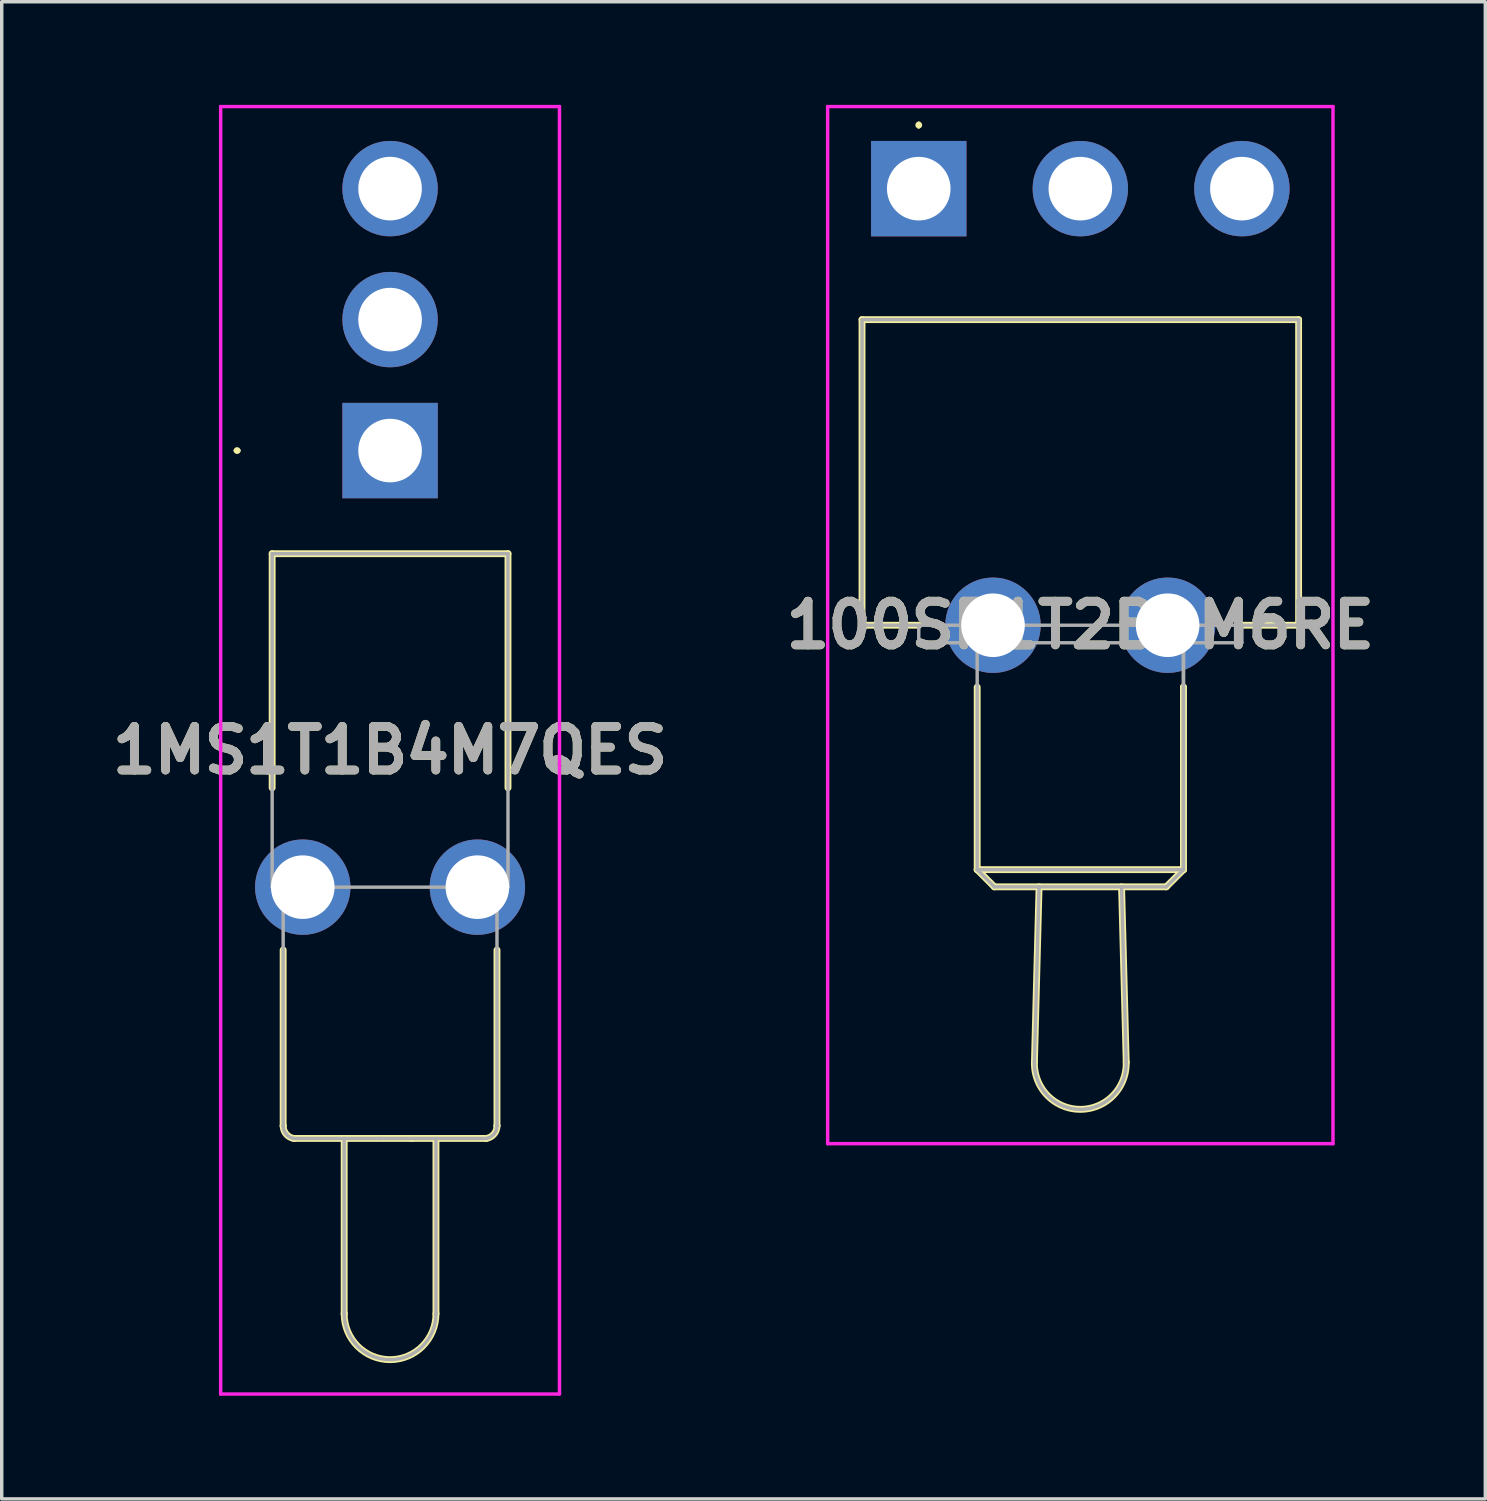
<source format=kicad_pcb>
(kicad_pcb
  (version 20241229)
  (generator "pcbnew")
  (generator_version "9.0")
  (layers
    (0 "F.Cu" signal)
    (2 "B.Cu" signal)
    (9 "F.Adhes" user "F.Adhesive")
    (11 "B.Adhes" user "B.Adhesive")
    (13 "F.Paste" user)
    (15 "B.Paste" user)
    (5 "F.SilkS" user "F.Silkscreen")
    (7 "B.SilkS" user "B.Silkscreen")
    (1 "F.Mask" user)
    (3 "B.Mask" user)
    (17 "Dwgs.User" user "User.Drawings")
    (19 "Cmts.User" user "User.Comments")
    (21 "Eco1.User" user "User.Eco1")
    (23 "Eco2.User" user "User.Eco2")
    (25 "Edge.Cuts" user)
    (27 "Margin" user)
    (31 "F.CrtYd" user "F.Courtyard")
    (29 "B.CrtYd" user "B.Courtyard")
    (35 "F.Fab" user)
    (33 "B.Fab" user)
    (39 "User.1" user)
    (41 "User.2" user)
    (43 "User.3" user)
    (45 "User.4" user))
  (footprint "1MS1T1B4M7QES"
    (layer "F.Cu")
    (at 8.297 10.057)
    (property "Reference" "1MS1T1B4M7QES" (at 0 8.719 0) (layer "F.SilkS") (effects (font (size 1.27 1.27) (thickness 0.254))))
    (attr through_hole)
    (fp_line (start -4.5 0) (end -4.5 0) (stroke (width 0.1) (type solid)) (layer "F.SilkS"))
    (fp_line (start -4.4 0) (end -4.4 0) (stroke (width 0.1) (type solid)) (layer "F.SilkS"))
    (fp_line (start -3.43 3) (end 3.43 3) (stroke (width 0.2) (type solid)) (layer "F.SilkS"))
    (fp_line (start -3.43 9.81) (end -3.43 3) (stroke (width 0.2) (type solid)) (layer "F.SilkS"))
    (fp_line (start -3.11 14.527) (end -3.11 19.644) (stroke (width 0.2) (type solid)) (layer "F.SilkS"))
    (fp_line (start -3.11 19.644) (end -3.11 19.644) (stroke (width 0.2) (type solid)) (layer "F.SilkS"))
    (fp_line (start -2.799 20.01) (end 0.622 20.01) (stroke (width 0.2) (type solid)) (layer "F.SilkS"))
    (fp_line (start -1.335 20.01) (end -1.335 25.11) (stroke (width 0.2) (type solid)) (layer "F.SilkS"))
    (fp_line (start -1.335 25.11) (end -1.335 25.11) (stroke (width 0.2) (type solid)) (layer "F.SilkS"))
    (fp_line (start 1.335 25.11) (end 1.335 20.01) (stroke (width 0.2) (type solid)) (layer "F.SilkS"))
    (fp_line (start 2.799 20.01) (end 0.622 20.01) (stroke (width 0.2) (type solid)) (layer "F.SilkS"))
    (fp_line (start 3.11 14.527) (end 3.11 19.644) (stroke (width 0.2) (type solid)) (layer "F.SilkS"))
    (fp_line (start 3.11 19.644) (end 3.11 19.644) (stroke (width 0.2) (type solid)) (layer "F.SilkS"))
    (fp_line (start 3.43 3) (end 3.43 9.81) (stroke (width 0.2) (type solid)) (layer "F.SilkS"))
    (fp_arc (start -4.5 0) (mid -4.45 -0.05) (end -4.4 0) (stroke (width 0.1) (type solid)) (layer "F.SilkS"))
    (fp_arc (start -4.4 0) (mid -4.45 0.05) (end -4.5 0) (stroke (width 0.1) (type solid)) (layer "F.SilkS"))
    (fp_arc (start -2.79923 20.010154) (mid -3.021974 19.884247) (end -3.11 19.644) (stroke (width 0.2) (type solid)) (layer "F.SilkS"))
    (fp_arc (start 1.335 25.11) (mid 0 26.445) (end -1.335 25.11) (stroke (width 0.2) (type solid)) (layer "F.SilkS"))
    (fp_arc (start 3.11 19.644) (mid 3.021974 19.884247) (end 2.79923 20.010154) (stroke (width 0.2) (type solid)) (layer "F.SilkS"))
    (fp_line (start -4.928 -10.007) (end 4.928 -10.007) (stroke (width 0.1) (type solid)) (layer "F.CrtYd"))
    (fp_line (start -4.928 27.445) (end -4.928 -10.007) (stroke (width 0.1) (type solid)) (layer "F.CrtYd"))
    (fp_line (start 4.928 -10.007) (end 4.928 27.445) (stroke (width 0.1) (type solid)) (layer "F.CrtYd"))
    (fp_line (start 4.928 27.445) (end -4.928 27.445) (stroke (width 0.1) (type solid)) (layer "F.CrtYd"))
    (fp_line (start -3.43 3) (end 3.43 3) (stroke (width 0.1) (type solid)) (layer "F.Fab"))
    (fp_line (start -3.43 12.7) (end -3.43 3) (stroke (width 0.1) (type solid)) (layer "F.Fab"))
    (fp_line (start -3.11 12.7) (end -3.11 19.644) (stroke (width 0.1) (type solid)) (layer "F.Fab"))
    (fp_line (start -3.11 19.644) (end -3.11 19.644) (stroke (width 0.1) (type solid)) (layer "F.Fab"))
    (fp_line (start -2.799 20.01) (end -0.311 20.01) (stroke (width 0.1) (type solid)) (layer "F.Fab"))
    (fp_line (start -1.335 25.11) (end -1.335 20.01) (stroke (width 0.1) (type solid)) (layer "F.Fab"))
    (fp_line (start 1.335 20.01) (end 1.335 25.11) (stroke (width 0.1) (type solid)) (layer "F.Fab"))
    (fp_line (start 1.335 25.11) (end 1.335 25.11) (stroke (width 0.1) (type solid)) (layer "F.Fab"))
    (fp_line (start 2.799 20.01) (end -0.311 20.01) (stroke (width 0.1) (type solid)) (layer "F.Fab"))
    (fp_line (start 3.11 12.7) (end 3.11 19.644) (stroke (width 0.1) (type solid)) (layer "F.Fab"))
    (fp_line (start 3.11 19.644) (end 3.11 19.644) (stroke (width 0.1) (type solid)) (layer "F.Fab"))
    (fp_line (start 3.43 3) (end 3.43 12.7) (stroke (width 0.1) (type solid)) (layer "F.Fab"))
    (fp_line (start 3.43 12.7) (end -3.43 12.7) (stroke (width 0.1) (type solid)) (layer "F.Fab"))
    (fp_arc (start -2.79923 20.010154) (mid -3.021974 19.884247) (end -3.11 19.644) (stroke (width 0.1) (type solid)) (layer "F.Fab"))
    (fp_arc (start 1.335 25.11) (mid 0 26.445) (end -1.335 25.11) (stroke (width 0.1) (type solid)) (layer "F.Fab"))
    (fp_arc (start 3.11 19.644) (mid 3.021974 19.884247) (end 2.79923 20.010154) (stroke (width 0.1) (type solid)) (layer "F.Fab"))
    (fp_text user "${REFERENCE}" (at 0 8.719 0) (layer "F.Fab") (effects (font (size 1.27 1.27) (thickness 0.254))))
    (pad "1" thru_hole rect (at 0 0) (size 2.775 2.775) (drill 1.85) (layers "*.Cu" "*.Mask"))
    (pad "2" thru_hole circle (at 0 -3.81) (size 2.775 2.775) (drill 1.85) (layers "*.Cu" "*.Mask"))
    (pad "3" thru_hole circle (at 0 -7.62) (size 2.775 2.775) (drill 1.85) (layers "*.Cu" "*.Mask"))
    (pad "MH1" thru_hole circle (at 2.54 12.7) (size 2.775 2.775) (drill 1.85) (layers "*.Cu" "*.Mask"))
    (pad "MH2" thru_hole circle (at -2.54 12.7) (size 2.775 2.775) (drill 1.85) (layers "*.Cu" "*.Mask")))
  (footprint "100SP1T2B4M6RE"
    (layer "F.Cu")
    (at 28.376 2.438)
    (property "Reference" "100SP1T2B4M6RE" (at 0 12.697 0) (layer "F.SilkS") (effects (font (size 1.27 1.27) (thickness 0.254))))
    (attr through_hole)
    (fp_line (start -6.35 3.81) (end -6.35 12.7) (stroke (width 0.2) (type solid)) (layer "F.SilkS"))
    (fp_line (start -6.35 12.7) (end -4.7 12.7) (stroke (width 0.2) (type solid)) (layer "F.SilkS"))
    (fp_line (start -4.7 -1.9) (end -4.7 -1.9) (stroke (width 0.1) (type solid)) (layer "F.SilkS"))
    (fp_line (start -4.7 -1.8) (end -4.7 -1.8) (stroke (width 0.1) (type solid)) (layer "F.SilkS"))
    (fp_line (start -3 14.5) (end -3 19.81) (stroke (width 0.2) (type solid)) (layer "F.SilkS"))
    (fp_line (start -3 19.81) (end 3 19.81) (stroke (width 0.2) (type solid)) (layer "F.SilkS"))
    (fp_line (start -2.5 20.31) (end -3 19.81) (stroke (width 0.2) (type solid)) (layer "F.SilkS"))
    (fp_line (start -1.335 25.41) (end -1.335 25.41) (stroke (width 0.2) (type solid)) (layer "F.SilkS"))
    (fp_line (start -1.2 20.31) (end -1.335 25.41) (stroke (width 0.2) (type solid)) (layer "F.SilkS"))
    (fp_line (start 1.335 25.41) (end 1.2 20.31) (stroke (width 0.2) (type solid)) (layer "F.SilkS"))
    (fp_line (start 2.5 20.31) (end -2.5 20.31) (stroke (width 0.2) (type solid)) (layer "F.SilkS"))
    (fp_line (start 3 14.5) (end 3 19.81) (stroke (width 0.2) (type solid)) (layer "F.SilkS"))
    (fp_line (start 3 19.81) (end 2.5 20.31) (stroke (width 0.2) (type solid)) (layer "F.SilkS"))
    (fp_line (start 3 19.81) (end 3 14.5) (stroke (width 0.2) (type solid)) (layer "F.SilkS"))
    (fp_line (start 4.7 12.7) (end 6.35 12.7) (stroke (width 0.2) (type solid)) (layer "F.SilkS"))
    (fp_line (start 6.35 3.81) (end -6.35 3.81) (stroke (width 0.2) (type solid)) (layer "F.SilkS"))
    (fp_line (start 6.35 12.7) (end 6.35 3.81) (stroke (width 0.2) (type solid)) (layer "F.SilkS"))
    (fp_arc (start -4.7 -1.9) (mid -4.65 -1.85) (end -4.7 -1.8) (stroke (width 0.1) (type solid)) (layer "F.SilkS"))
    (fp_arc (start -4.7 -1.8) (mid -4.75 -1.85) (end -4.7 -1.9) (stroke (width 0.1) (type solid)) (layer "F.SilkS"))
    (fp_arc (start 1.335028 25.411083) (mid -0.000542 26.780971) (end -1.335 25.41) (stroke (width 0.2) (type solid)) (layer "F.SilkS"))
    (fp_line (start -7.35 -2.388) (end 7.35 -2.388) (stroke (width 0.1) (type solid)) (layer "F.CrtYd"))
    (fp_line (start -7.35 27.781) (end -7.35 -2.388) (stroke (width 0.1) (type solid)) (layer "F.CrtYd"))
    (fp_line (start 7.35 -2.388) (end 7.35 27.781) (stroke (width 0.1) (type solid)) (layer "F.CrtYd"))
    (fp_line (start 7.35 27.781) (end -7.35 27.781) (stroke (width 0.1) (type solid)) (layer "F.CrtYd"))
    (fp_line (start -6.35 3.81) (end 6.35 3.81) (stroke (width 0.1) (type solid)) (layer "F.Fab"))
    (fp_line (start -6.35 12.7) (end -6.35 3.81) (stroke (width 0.1) (type solid)) (layer "F.Fab"))
    (fp_line (start -4.7 12.7) (end -4.7 13.21) (stroke (width 0.1) (type solid)) (layer "F.Fab"))
    (fp_line (start -4.7 13.21) (end 4.7 13.21) (stroke (width 0.1) (type solid)) (layer "F.Fab"))
    (fp_line (start -3 13.21) (end -3 19.81) (stroke (width 0.1) (type solid)) (layer "F.Fab"))
    (fp_line (start -3 19.81) (end 3 19.81) (stroke (width 0.1) (type solid)) (layer "F.Fab"))
    (fp_line (start -2.5 20.31) (end -3 19.81) (stroke (width 0.1) (type solid)) (layer "F.Fab"))
    (fp_line (start -1.335 25.41) (end -1.335 25.41) (stroke (width 0.1) (type solid)) (layer "F.Fab"))
    (fp_line (start -1.2 20.31) (end -1.335 25.41) (stroke (width 0.1) (type solid)) (layer "F.Fab"))
    (fp_line (start 1.335 25.41) (end 1.2 20.31) (stroke (width 0.1) (type solid)) (layer "F.Fab"))
    (fp_line (start 2.5 20.31) (end -2.5 20.31) (stroke (width 0.1) (type solid)) (layer "F.Fab"))
    (fp_line (start 3 13.21) (end 3 19.81) (stroke (width 0.1) (type solid)) (layer "F.Fab"))
    (fp_line (start 3 19.81) (end 2.5 20.31) (stroke (width 0.1) (type solid)) (layer "F.Fab"))
    (fp_line (start 3 19.81) (end 3 13.21) (stroke (width 0.1) (type solid)) (layer "F.Fab"))
    (fp_line (start 4.7 13.21) (end 4.7 12.7) (stroke (width 0.1) (type solid)) (layer "F.Fab"))
    (fp_line (start 6.35 3.81) (end 6.35 12.7) (stroke (width 0.1) (type solid)) (layer "F.Fab"))
    (fp_line (start 6.35 12.7) (end -6.35 12.7) (stroke (width 0.1) (type solid)) (layer "F.Fab"))
    (fp_arc (start 1.335028 25.411083) (mid -0.000542 26.780971) (end -1.335 25.41) (stroke (width 0.1) (type solid)) (layer "F.Fab"))
    (fp_text user "${REFERENCE}" (at 0 12.697 0) (layer "F.Fab") (effects (font (size 1.27 1.27) (thickness 0.254))))
    (pad "1" thru_hole rect (at -4.7 0) (size 2.775 2.775) (drill 1.85) (layers "*.Cu" "*.Mask"))
    (pad "2" thru_hole circle (at 0 0) (size 2.775 2.775) (drill 1.85) (layers "*.Cu" "*.Mask"))
    (pad "3" thru_hole circle (at 4.7 0) (size 2.775 2.775) (drill 1.85) (layers "*.Cu" "*.Mask"))
    (pad "MH1" thru_hole circle (at -2.54 12.7) (size 2.775 2.775) (drill 1.85) (layers "*.Cu" "*.Mask"))
    (pad "MH2" thru_hole circle (at 2.54 12.7) (size 2.775 2.775) (drill 1.85) (layers "*.Cu" "*.Mask")))
  (gr_rect
    (start -3 -3)
    (end 40.157 40.552)
    (stroke (width 0.1) (type default))
    (fill no)
    (layer "Edge.Cuts")))
</source>
